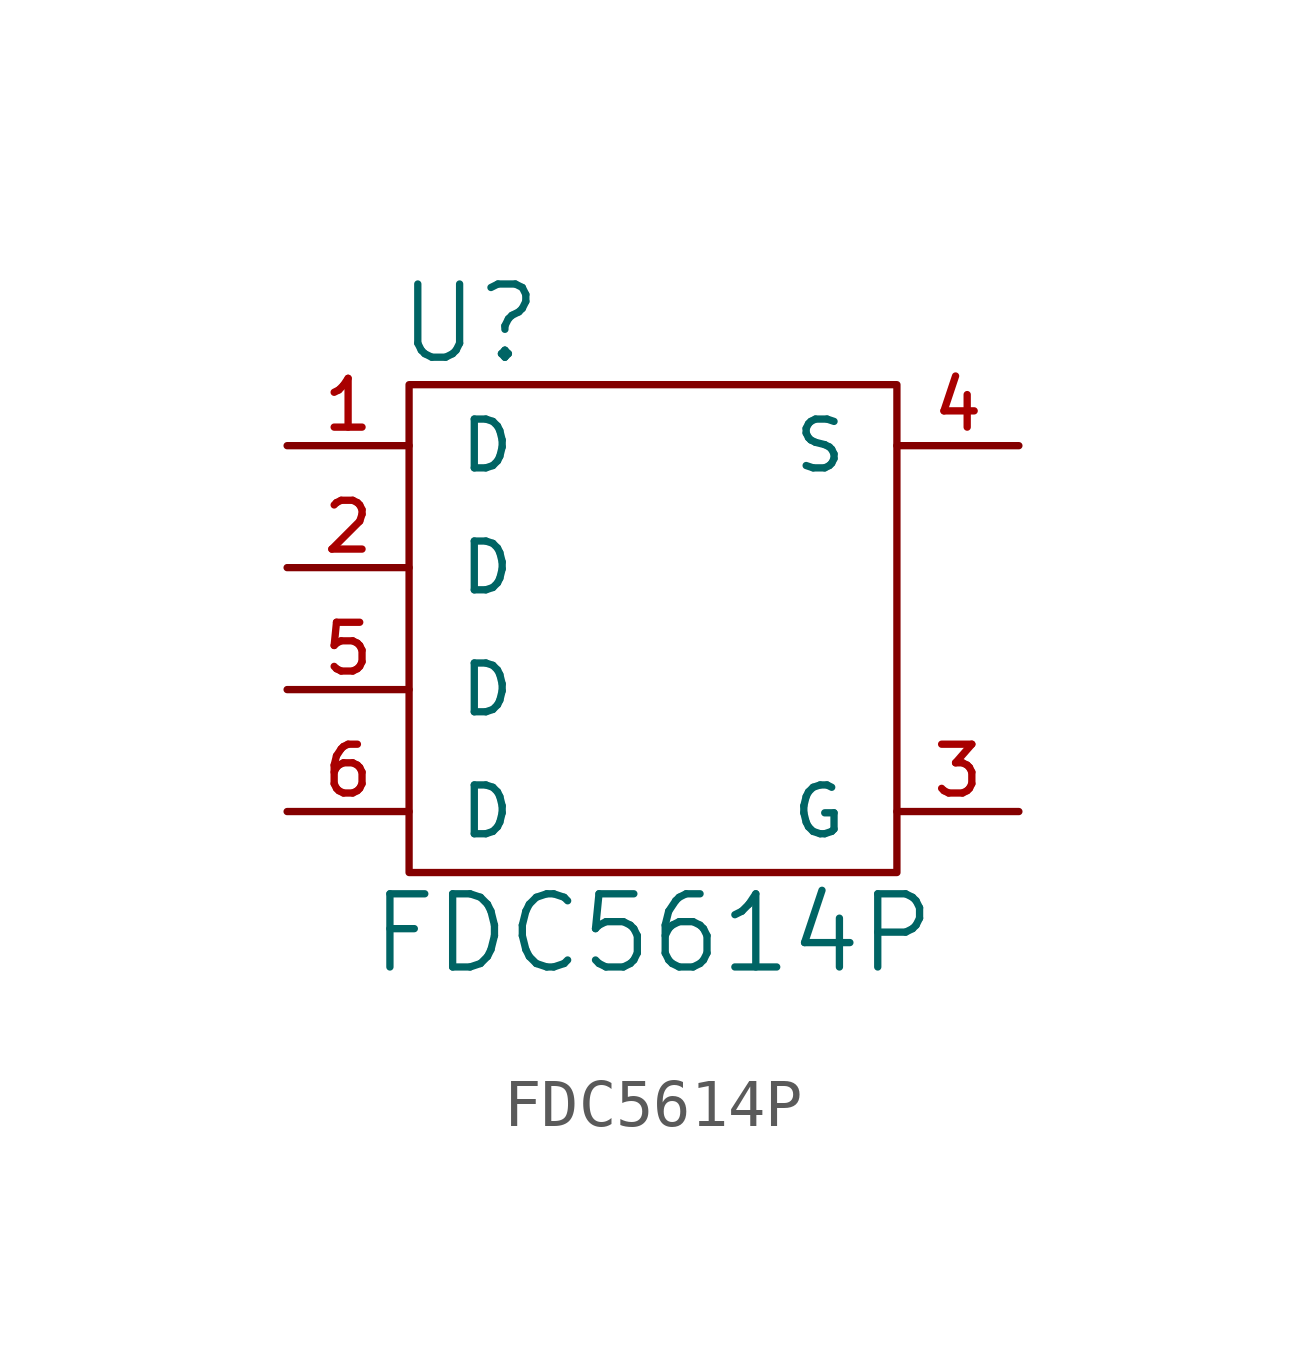
<source format=kicad_sym>
(kicad_symbol_lib
  (version 20211014)
  (generator kicad_symbol_editor)
  (symbol "FDC5614P"
    (pin_names
      (offset 1.016))
    (property "Reference" "U"
      (at -3.81 6.35 0)
      (effects (font (size 1.524 1.524))))
    (property "Value" "FDC5614P"
      (at 0 -6.35 0)
      (effects (font (size 1.524 1.524))))
    (property "Footprint" ""
      (at -3.81 3.81 0)
      (effects (font (size 1.524 1.524))))
    (property "Datasheet" ""
      (at -3.81 3.81 0)
      (effects (font (size 1.524 1.524))))
    (symbol "FDC5614P_0_1"
      (rectangle (start -5.08 5.08) (end 5.08 -5.08) (stroke (width 0) (type default) (color 0 0 0 0)) (fill (type none))))
    (symbol "FDC5614P_1_1"
      (pin passive line (at -7.62 3.81 0) (length 2.54) (name "D" (effects (font (size 1.016 1.016)))) (number "1" (effects (font (size 1.016 1.016)))))
      (pin passive line (at -7.62 1.27 0) (length 2.54) (name "D" (effects (font (size 1.016 1.016)))) (number "2" (effects (font (size 1.016 1.016)))))
      (pin passive line (at 7.62 -3.81 180) (length 2.54) (name "G" (effects (font (size 1.016 1.016)))) (number "3" (effects (font (size 1.016 1.016)))))
      (pin passive line (at 7.62 3.81 180) (length 2.54) (name "S" (effects (font (size 1.016 1.016)))) (number "4" (effects (font (size 1.016 1.016)))))
      (pin passive line (at -7.62 -1.27 0) (length 2.54) (name "D" (effects (font (size 1.016 1.016)))) (number "5" (effects (font (size 1.016 1.016)))))
      (pin passive line (at -7.62 -3.81 0) (length 2.54) (name "D" (effects (font (size 1.016 1.016)))) (number "6" (effects (font (size 1.016 1.016))))))))
</source>
